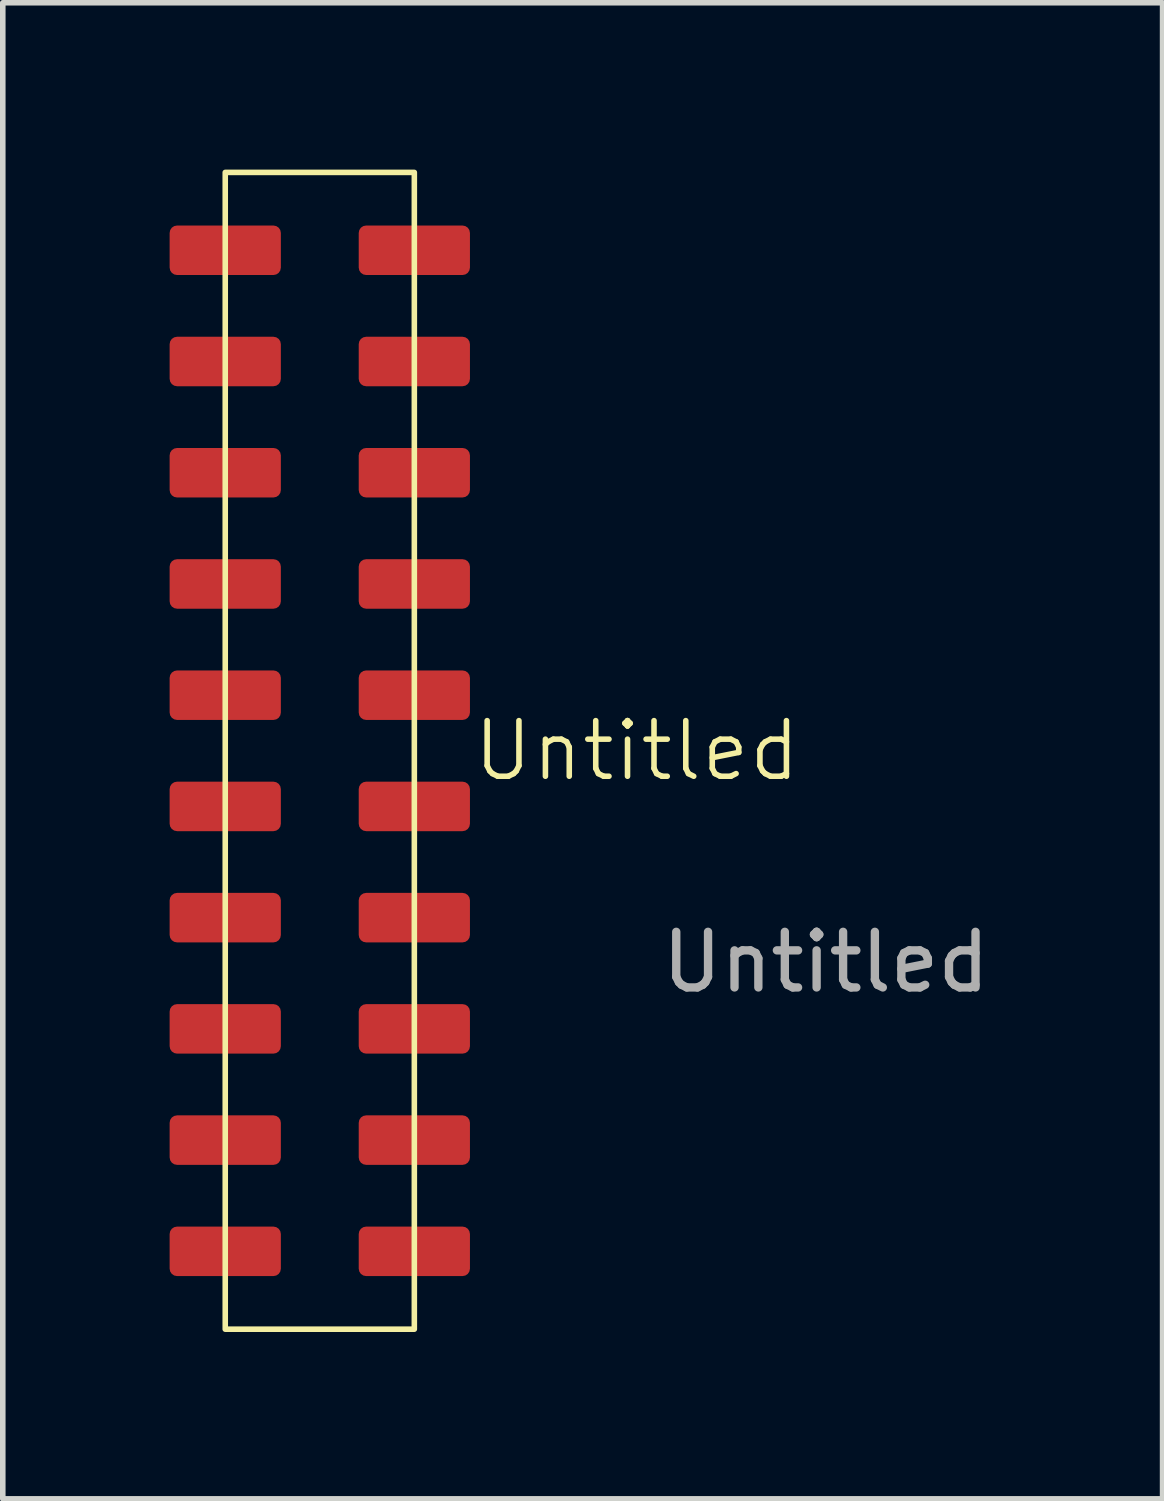
<source format=kicad_pcb>
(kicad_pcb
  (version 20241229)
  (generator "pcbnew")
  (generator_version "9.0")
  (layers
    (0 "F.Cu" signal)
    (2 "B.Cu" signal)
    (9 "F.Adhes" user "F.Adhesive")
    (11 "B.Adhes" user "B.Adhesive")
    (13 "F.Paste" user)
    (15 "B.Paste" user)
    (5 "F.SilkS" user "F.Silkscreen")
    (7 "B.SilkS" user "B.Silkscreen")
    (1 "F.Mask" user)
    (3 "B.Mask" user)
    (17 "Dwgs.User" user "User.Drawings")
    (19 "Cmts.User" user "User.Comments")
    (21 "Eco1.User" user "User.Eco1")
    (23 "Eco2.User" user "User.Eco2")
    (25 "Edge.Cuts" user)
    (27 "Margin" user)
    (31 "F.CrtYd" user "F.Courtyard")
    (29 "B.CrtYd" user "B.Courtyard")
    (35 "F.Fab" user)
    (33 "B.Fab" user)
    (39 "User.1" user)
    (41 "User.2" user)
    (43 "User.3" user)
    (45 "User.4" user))
  (footprint "Untitled"
    (layer "F.Cu")
    (at 2.7 10.45)
    (property "Reference" "Untitled" (at 5.7 0 0) (unlocked yes) (layer "F.SilkS") (effects (font (size 1 1) (thickness 0.1))))
    (attr smd)
    (fp_rect (start -1.7 -10.4) (end 1.7 10.4) (stroke (width 0.1) (type default)) (fill no) (layer "F.SilkS"))
    (fp_text user "${REFERENCE}" (at 9.1 3.8 0) (unlocked yes) (layer "F.Fab") (effects (font (size 1 1) (thickness 0.15))))
    (pad "1" smd roundrect (at -1.7 -9) (size 2 0.89) (layers "F.Cu" "F.Mask" "F.Paste") (roundrect_rratio 0.15))
    (pad "1" smd roundrect (at 1.7 -9) (size 2 0.89) (layers "F.Cu" "F.Mask" "F.Paste") (roundrect_rratio 0.15))
    (pad "2" smd roundrect (at -1.7 -7) (size 2 0.89) (layers "F.Cu" "F.Mask" "F.Paste") (roundrect_rratio 0.15))
    (pad "2" smd roundrect (at 1.7 -7) (size 2 0.89) (layers "F.Cu" "F.Mask" "F.Paste") (roundrect_rratio 0.15))
    (pad "3" smd roundrect (at -1.7 -5) (size 2 0.89) (layers "F.Cu" "F.Mask" "F.Paste") (roundrect_rratio 0.15))
    (pad "3" smd roundrect (at 1.7 -5) (size 2 0.89) (layers "F.Cu" "F.Mask" "F.Paste") (roundrect_rratio 0.15))
    (pad "4" smd roundrect (at -1.7 -3) (size 2 0.89) (layers "F.Cu" "F.Mask" "F.Paste") (roundrect_rratio 0.15))
    (pad "4" smd roundrect (at 1.7 -3) (size 2 0.89) (layers "F.Cu" "F.Mask" "F.Paste") (roundrect_rratio 0.15))
    (pad "5" smd roundrect (at -1.7 -1) (size 2 0.89) (layers "F.Cu" "F.Mask" "F.Paste") (roundrect_rratio 0.15))
    (pad "5" smd roundrect (at 1.7 -1) (size 2 0.89) (layers "F.Cu" "F.Mask" "F.Paste") (roundrect_rratio 0.15))
    (pad "6" smd roundrect (at -1.7 1) (size 2 0.89) (layers "F.Cu" "F.Mask" "F.Paste") (roundrect_rratio 0.15))
    (pad "6" smd roundrect (at 1.7 1) (size 2 0.89) (layers "F.Cu" "F.Mask" "F.Paste") (roundrect_rratio 0.15))
    (pad "7" smd roundrect (at -1.7 3) (size 2 0.89) (layers "F.Cu" "F.Mask" "F.Paste") (roundrect_rratio 0.15))
    (pad "7" smd roundrect (at 1.7 3) (size 2 0.89) (layers "F.Cu" "F.Mask" "F.Paste") (roundrect_rratio 0.15))
    (pad "8" smd roundrect (at -1.7 5) (size 2 0.89) (layers "F.Cu" "F.Mask" "F.Paste") (roundrect_rratio 0.15))
    (pad "8" smd roundrect (at 1.7 5) (size 2 0.89) (layers "F.Cu" "F.Mask" "F.Paste") (roundrect_rratio 0.15))
    (pad "9" smd roundrect (at -1.7 7) (size 2 0.89) (layers "F.Cu" "F.Mask" "F.Paste") (roundrect_rratio 0.15))
    (pad "9" smd roundrect (at 1.7 7) (size 2 0.89) (layers "F.Cu" "F.Mask" "F.Paste") (roundrect_rratio 0.15))
    (pad "10" smd roundrect (at -1.7 9) (size 2 0.89) (layers "F.Cu" "F.Mask" "F.Paste") (roundrect_rratio 0.15))
    (pad "10" smd roundrect (at 1.7 9) (size 2 0.89) (layers "F.Cu" "F.Mask" "F.Paste") (roundrect_rratio 0.15)))
  (gr_rect
    (start -3 -3)
    (end 17.854 23.9)
    (stroke (width 0.1) (type default))
    (fill no)
    (layer "Edge.Cuts")))
</source>
